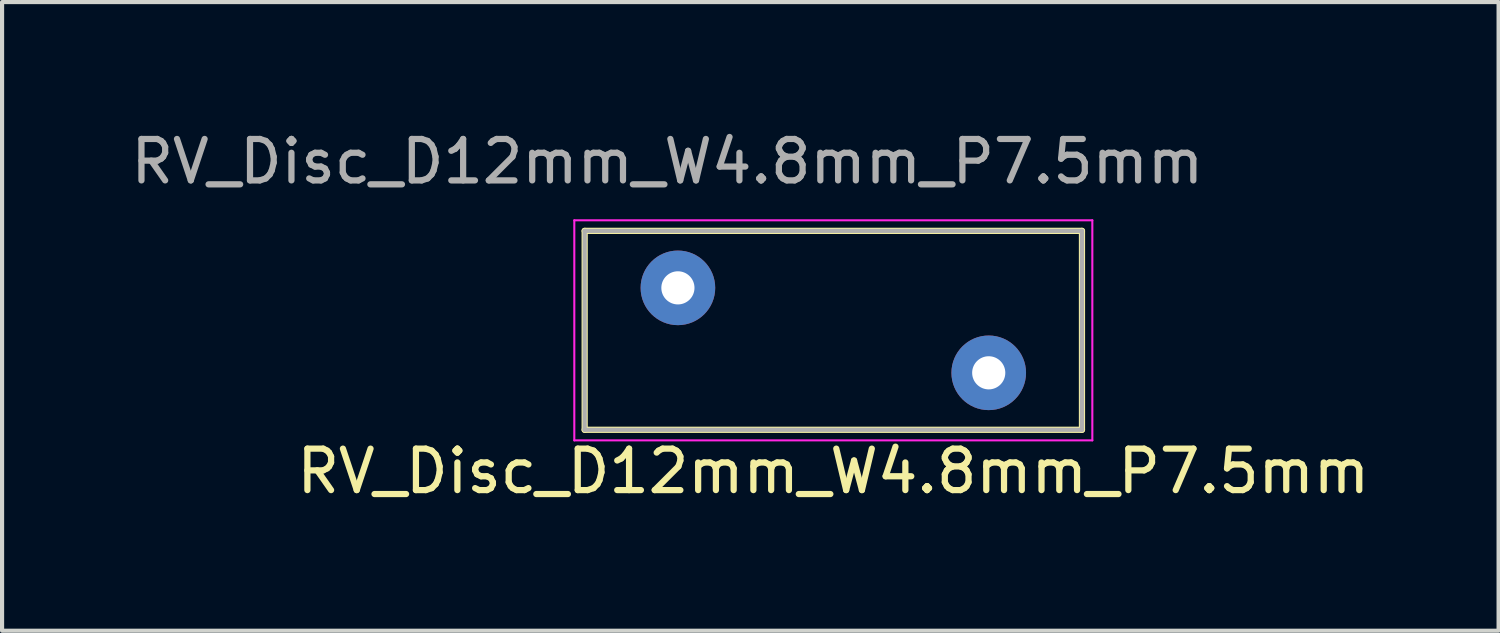
<source format=kicad_pcb>
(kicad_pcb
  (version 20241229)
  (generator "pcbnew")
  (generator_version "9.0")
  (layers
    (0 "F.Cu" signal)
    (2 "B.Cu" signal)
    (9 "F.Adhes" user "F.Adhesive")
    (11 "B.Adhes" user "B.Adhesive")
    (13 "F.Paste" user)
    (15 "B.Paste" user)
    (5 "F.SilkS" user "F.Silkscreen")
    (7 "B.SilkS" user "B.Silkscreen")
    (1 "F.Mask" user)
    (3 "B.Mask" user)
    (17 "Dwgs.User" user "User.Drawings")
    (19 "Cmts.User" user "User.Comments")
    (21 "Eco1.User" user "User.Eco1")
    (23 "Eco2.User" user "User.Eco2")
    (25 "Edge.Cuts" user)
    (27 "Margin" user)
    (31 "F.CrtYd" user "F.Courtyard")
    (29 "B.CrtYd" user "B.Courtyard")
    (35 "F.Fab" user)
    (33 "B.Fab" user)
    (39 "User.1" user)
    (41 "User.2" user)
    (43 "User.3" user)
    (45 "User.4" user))
  (footprint "RV_Disc_D12mm_W4.8mm_P7.5mm"
    (layer "F.Cu")
    (at 13.308 3.896)
    (property "Reference" "RV_Disc_D12mm_W4.8mm_P7.5mm" (at 3.75 4.425 0) (layer "F.SilkS") (effects (font (size 1 1) (thickness 0.15))))
    (attr through_hole)
    (fp_line (start -2.25 -1.375) (end -2.25 3.425) (stroke (width 0.15) (type solid)) (layer "F.SilkS"))
    (fp_line (start -2.25 -1.375) (end 9.75 -1.375) (stroke (width 0.15) (type solid)) (layer "F.SilkS"))
    (fp_line (start -2.25 3.425) (end 9.75 3.425) (stroke (width 0.15) (type solid)) (layer "F.SilkS"))
    (fp_line (start 9.75 -1.375) (end 9.75 3.425) (stroke (width 0.15) (type solid)) (layer "F.SilkS"))
    (fp_line (start -2.5 -1.63) (end -2.5 3.68) (stroke (width 0.05) (type solid)) (layer "F.CrtYd"))
    (fp_line (start -2.5 -1.63) (end 10 -1.63) (stroke (width 0.05) (type solid)) (layer "F.CrtYd"))
    (fp_line (start -2.5 3.68) (end 10 3.68) (stroke (width 0.05) (type solid)) (layer "F.CrtYd"))
    (fp_line (start 10 -1.63) (end 10 3.68) (stroke (width 0.05) (type solid)) (layer "F.CrtYd"))
    (fp_line (start -2.25 -1.375) (end -2.25 3.425) (stroke (width 0.1) (type solid)) (layer "F.Fab"))
    (fp_line (start -2.25 -1.375) (end 9.75 -1.375) (stroke (width 0.1) (type solid)) (layer "F.Fab"))
    (fp_line (start -2.25 3.425) (end 9.75 3.425) (stroke (width 0.1) (type solid)) (layer "F.Fab"))
    (fp_line (start 9.75 -1.375) (end 9.75 3.425) (stroke (width 0.1) (type solid)) (layer "F.Fab"))
    (fp_text user "${REFERENCE}" (at -0.254 -3.048 0) (layer "F.Fab") (effects (font (size 1 1) (thickness 0.15))))
    (pad "1" thru_hole circle (at 0 0) (size 1.8 1.8) (drill 0.8) (layers "*.Cu" "*.Mask"))
    (pad "2" thru_hole circle (at 7.5 2.05) (size 1.8 1.8) (drill 0.8) (layers "*.Cu" "*.Mask")))
  (gr_rect
    (start -3 -3)
    (end 33.111 12.169)
    (stroke (width 0.1) (type default))
    (fill no)
    (layer "Edge.Cuts")))
</source>
